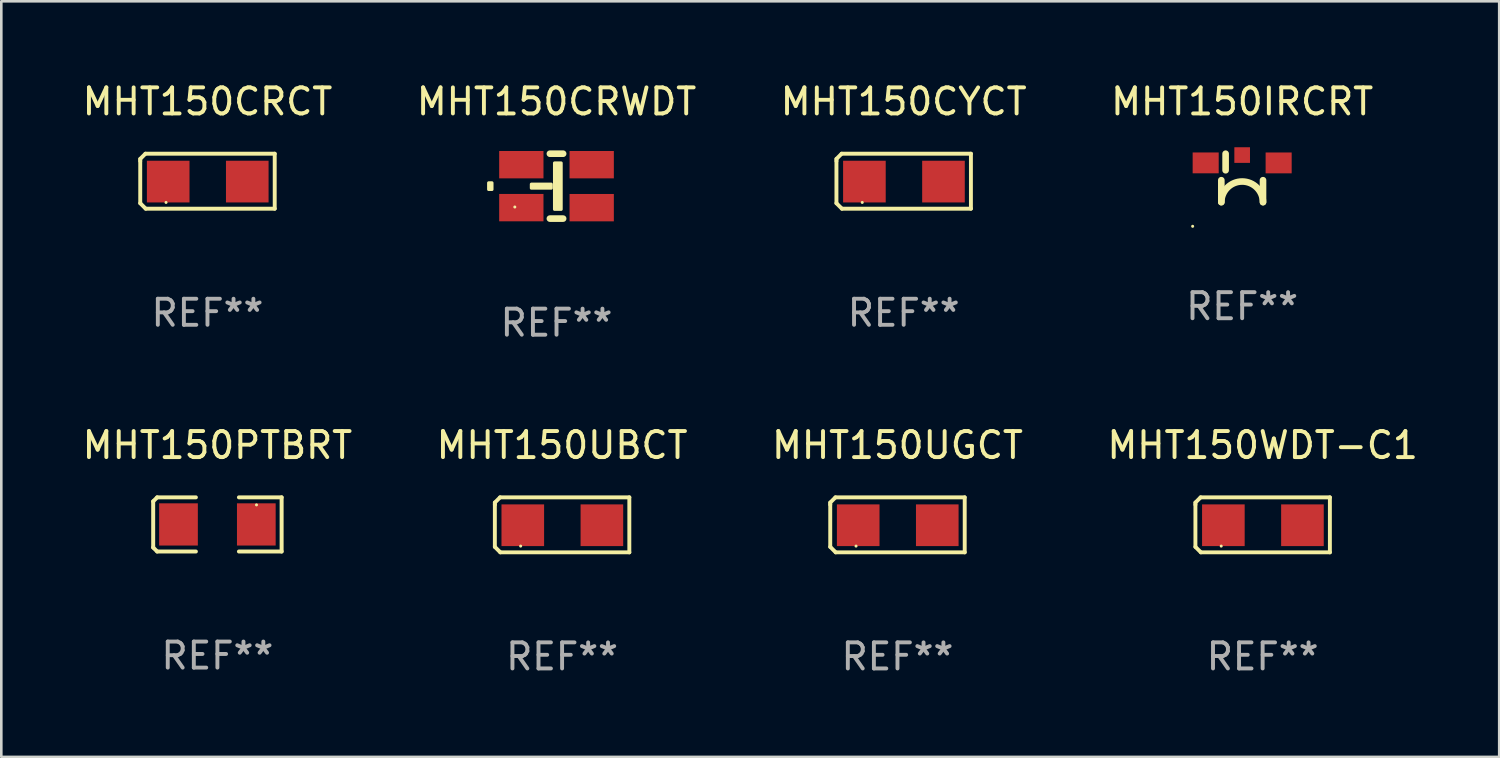
<source format=kicad_pcb>
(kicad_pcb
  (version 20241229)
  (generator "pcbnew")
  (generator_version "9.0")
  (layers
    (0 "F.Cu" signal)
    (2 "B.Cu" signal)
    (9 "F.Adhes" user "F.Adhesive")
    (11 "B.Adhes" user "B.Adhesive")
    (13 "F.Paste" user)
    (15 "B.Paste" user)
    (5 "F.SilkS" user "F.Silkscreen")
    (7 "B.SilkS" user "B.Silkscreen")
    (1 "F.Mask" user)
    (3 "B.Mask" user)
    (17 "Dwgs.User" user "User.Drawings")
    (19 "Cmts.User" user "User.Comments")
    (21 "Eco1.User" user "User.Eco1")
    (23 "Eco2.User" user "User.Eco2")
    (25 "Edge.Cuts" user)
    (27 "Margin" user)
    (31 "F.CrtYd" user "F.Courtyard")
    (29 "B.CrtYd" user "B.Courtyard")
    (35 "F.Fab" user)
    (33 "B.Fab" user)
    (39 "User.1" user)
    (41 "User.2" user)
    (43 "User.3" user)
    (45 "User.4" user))
  (footprint "MHT150WDT-C1"
    (layer "F.Cu")
    (at 45.399 17.089)
    (property "Reference" "MHT150WDT-C1" (at 0 -3.055 0) (layer "F.SilkS") (effects (font (size 1 1) (thickness 0.15))))
    (attr through_hole)
    (fp_line (start -2.58 -0.855) (end -2.38 -1.055) (stroke (width 0.15) (type solid)) (layer "F.SilkS"))
    (fp_line (start -2.58 -0.775) (end -2.58 -0.855) (stroke (width 0.15) (type solid)) (layer "F.SilkS"))
    (fp_line (start -2.58 -0.775) (end -2.58 0.845) (stroke (width 0.15) (type solid)) (layer "F.SilkS"))
    (fp_line (start -2.58 0.845) (end -2.37 1.055) (stroke (width 0.15) (type solid)) (layer "F.SilkS"))
    (fp_line (start -2.38 -1.055) (end 2.58 -1.055) (stroke (width 0.15) (type solid)) (layer "F.SilkS"))
    (fp_line (start 2.58 -1.055) (end 2.58 1.055) (stroke (width 0.15) (type solid)) (layer "F.SilkS"))
    (fp_line (start 2.58 1.055) (end -2.37 1.055) (stroke (width 0.15) (type solid)) (layer "F.SilkS"))
    (fp_circle (center -1.59 0.815) (end -1.56 0.815) (stroke (width 0.06) (type solid)) (fill no) (layer "F.SilkS"))
    (fp_text user "REF**" (at 0 5.055 0) (layer "F.Fab") (effects (font (size 1 1) (thickness 0.15))))
    (pad "1" smd rect (at -1.507 0.015) (size 1.635 1.6) (layers "F.Cu" "F.Mask" "F.Paste"))
    (pad "2" smd rect (at 1.527 0.015) (size 1.635 1.6) (layers "F.Cu" "F.Mask" "F.Paste")))
  (footprint "MHT150UGCT"
    (layer "F.Cu")
    (at 31.387 17.089)
    (property "Reference" "MHT150UGCT" (at 0 -3.055 0) (layer "F.SilkS") (effects (font (size 1 1) (thickness 0.15))))
    (attr through_hole)
    (fp_line (start -2.58 -0.855) (end -2.38 -1.055) (stroke (width 0.15) (type solid)) (layer "F.SilkS"))
    (fp_line (start -2.58 -0.775) (end -2.58 -0.855) (stroke (width 0.15) (type solid)) (layer "F.SilkS"))
    (fp_line (start -2.58 -0.775) (end -2.58 0.845) (stroke (width 0.15) (type solid)) (layer "F.SilkS"))
    (fp_line (start -2.58 0.845) (end -2.37 1.055) (stroke (width 0.15) (type solid)) (layer "F.SilkS"))
    (fp_line (start -2.38 -1.055) (end 2.58 -1.055) (stroke (width 0.15) (type solid)) (layer "F.SilkS"))
    (fp_line (start 2.58 -1.055) (end 2.58 1.055) (stroke (width 0.15) (type solid)) (layer "F.SilkS"))
    (fp_line (start 2.58 1.055) (end -2.37 1.055) (stroke (width 0.15) (type solid)) (layer "F.SilkS"))
    (fp_circle (center -1.59 0.815) (end -1.56 0.815) (stroke (width 0.06) (type solid)) (fill no) (layer "F.SilkS"))
    (fp_text user "REF**" (at 0 5.055 0) (layer "F.Fab") (effects (font (size 1 1) (thickness 0.15))))
    (pad "1" smd rect (at -1.507 0.015) (size 1.635 1.6) (layers "F.Cu" "F.Mask" "F.Paste"))
    (pad "2" smd rect (at 1.527 0.015) (size 1.635 1.6) (layers "F.Cu" "F.Mask" "F.Paste")))
  (footprint "MHT150UBCT"
    (layer "F.Cu")
    (at 18.518 17.089)
    (property "Reference" "MHT150UBCT" (at 0 -3.055 0) (layer "F.SilkS") (effects (font (size 1 1) (thickness 0.15))))
    (attr through_hole)
    (fp_line (start -2.58 -0.855) (end -2.38 -1.055) (stroke (width 0.15) (type solid)) (layer "F.SilkS"))
    (fp_line (start -2.58 -0.775) (end -2.58 -0.855) (stroke (width 0.15) (type solid)) (layer "F.SilkS"))
    (fp_line (start -2.58 -0.775) (end -2.58 0.845) (stroke (width 0.15) (type solid)) (layer "F.SilkS"))
    (fp_line (start -2.58 0.845) (end -2.37 1.055) (stroke (width 0.15) (type solid)) (layer "F.SilkS"))
    (fp_line (start -2.38 -1.055) (end 2.58 -1.055) (stroke (width 0.15) (type solid)) (layer "F.SilkS"))
    (fp_line (start 2.58 -1.055) (end 2.58 1.055) (stroke (width 0.15) (type solid)) (layer "F.SilkS"))
    (fp_line (start 2.58 1.055) (end -2.37 1.055) (stroke (width 0.15) (type solid)) (layer "F.SilkS"))
    (fp_circle (center -1.59 0.815) (end -1.56 0.815) (stroke (width 0.06) (type solid)) (fill no) (layer "F.SilkS"))
    (fp_text user "REF**" (at 0 5.055 0) (layer "F.Fab") (effects (font (size 1 1) (thickness 0.15))))
    (pad "1" smd rect (at -1.508 0.015) (size 1.635 1.6) (layers "F.Cu" "F.Mask" "F.Paste"))
    (pad "2" smd rect (at 1.527 0.015) (size 1.635 1.6) (layers "F.Cu" "F.Mask" "F.Paste")))
  (footprint "MHT150CRWDT"
    (layer "F.Cu")
    (at 18.304 4.093)
    (property "Reference" "MHT150CRWDT" (at 0 -3.245 0) (layer "F.SilkS") (effects (font (size 1 1) (thickness 0.15))))
    (attr through_hole)
    (fp_line (start -0.254 -1.245) (end 0.254 -1.245) (stroke (width 0.254) (type solid)) (layer "F.SilkS"))
    (fp_line (start -0.254 1.245) (end 0.254 1.245) (stroke (width 0.254) (type solid)) (layer "F.SilkS"))
    (fp_circle (center -1.6 0.8) (end -1.57 0.8) (stroke (width 0.06) (type solid)) (fill no) (layer "F.SilkS"))
    (fp_poly (pts (xy -2.604 -0.127) (xy -2.477 -0.127) (xy -2.477 0.127) (xy -2.604 0.127)) (stroke (width 0.12) (type solid)) (fill yes) (layer "F.SilkS"))
    (fp_poly (pts (xy -0.965 -0.076) (xy -0.203 -0.076) (xy -0.203 0.076) (xy -0.965 0.076)) (stroke (width 0.12) (type solid)) (fill yes) (layer "F.SilkS"))
    (fp_poly (pts (xy -0.076 -0.889) (xy 0.178 -0.889) (xy 0.178 0.889) (xy -0.076 0.889)) (stroke (width 0.12) (type solid)) (fill yes) (layer "F.SilkS"))
    (fp_text user "REF**" (at 0 5.245 0) (layer "F.Fab") (effects (font (size 1 1) (thickness 0.15))))
    (pad "1" smd rect (at -1.35 0.824) (size 1.7 1.05) (layers "F.Cu" "F.Mask" "F.Paste"))
    (pad "2" smd rect (at -1.35 -0.824) (size 1.7 1.05) (layers "F.Cu" "F.Mask" "F.Paste"))
    (pad "3" smd rect (at 1.35 -0.824) (size 1.7 1.05) (layers "F.Cu" "F.Mask" "F.Paste"))
    (pad "4" smd rect (at 1.35 0.825) (size 1.7 1.05) (layers "F.Cu" "F.Mask" "F.Paste")))
  (footprint "MHT150CRCT"
    (layer "F.Cu")
    (at 4.911 3.903)
    (property "Reference" "MHT150CRCT" (at 0 -3.055 0) (layer "F.SilkS") (effects (font (size 1 1) (thickness 0.15))))
    (attr through_hole)
    (fp_line (start -2.58 -0.855) (end -2.38 -1.055) (stroke (width 0.15) (type solid)) (layer "F.SilkS"))
    (fp_line (start -2.58 -0.775) (end -2.58 -0.855) (stroke (width 0.15) (type solid)) (layer "F.SilkS"))
    (fp_line (start -2.58 -0.775) (end -2.58 0.845) (stroke (width 0.15) (type solid)) (layer "F.SilkS"))
    (fp_line (start -2.58 0.845) (end -2.37 1.055) (stroke (width 0.15) (type solid)) (layer "F.SilkS"))
    (fp_line (start -2.38 -1.055) (end 2.58 -1.055) (stroke (width 0.15) (type solid)) (layer "F.SilkS"))
    (fp_line (start 2.58 -1.055) (end 2.58 1.055) (stroke (width 0.15) (type solid)) (layer "F.SilkS"))
    (fp_line (start 2.58 1.055) (end -2.37 1.055) (stroke (width 0.15) (type solid)) (layer "F.SilkS"))
    (fp_circle (center -1.59 0.815) (end -1.56 0.815) (stroke (width 0.06) (type solid)) (fill no) (layer "F.SilkS"))
    (fp_text user "REF**" (at 0 5.055 0) (layer "F.Fab") (effects (font (size 1 1) (thickness 0.15))))
    (pad "1" smd rect (at -1.507 0.015) (size 1.635 1.6) (layers "F.Cu" "F.Mask" "F.Paste"))
    (pad "2" smd rect (at 1.527 0.015) (size 1.635 1.6) (layers "F.Cu" "F.Mask" "F.Paste")))
  (footprint "MHT150PTBRT"
    (layer "F.Cu")
    (at 5.292 17.073)
    (property "Reference" "MHT150PTBRT" (at 0 -3.039 0) (layer "F.SilkS") (effects (font (size 1 1) (thickness 0.15))))
    (attr through_hole)
    (fp_line (start -2.464 -0.886) (end -2.311 -1.039) (stroke (width 0.152) (type solid)) (layer "F.SilkS"))
    (fp_line (start -2.464 0.886) (end -2.464 -0.886) (stroke (width 0.152) (type solid)) (layer "F.SilkS"))
    (fp_line (start -2.311 -1.039) (end -0.826 -1.039) (stroke (width 0.152) (type solid)) (layer "F.SilkS"))
    (fp_line (start -2.311 1.039) (end -2.464 0.886) (stroke (width 0.152) (type solid)) (layer "F.SilkS"))
    (fp_line (start -0.826 1.039) (end -2.311 1.039) (stroke (width 0.152) (type solid)) (layer "F.SilkS"))
    (fp_line (start 0.826 1.039) (end 2.464 1.039) (stroke (width 0.152) (type solid)) (layer "F.SilkS"))
    (fp_line (start 2.464 -1.039) (end 0.826 -1.039) (stroke (width 0.152) (type solid)) (layer "F.SilkS"))
    (fp_line (start 2.464 1.039) (end 2.464 -1.039) (stroke (width 0.152) (type solid)) (layer "F.SilkS"))
    (fp_circle (center 1.5 -0.75) (end 1.53 -0.75) (stroke (width 0.06) (type solid)) (fill no) (layer "F.SilkS"))
    (fp_text user "REF**" (at 0 5.039 0) (layer "F.Fab") (effects (font (size 1 1) (thickness 0.15))))
    (pad "1" smd rect (at 1.493 0) (size 1.485 1.62) (layers "F.Cu" "F.Mask" "F.Paste"))
    (pad "2" smd rect (at -1.493 0) (size 1.485 1.62) (layers "F.Cu" "F.Mask" "F.Paste")))
  (footprint "MHT150CYCT"
    (layer "F.Cu")
    (at 31.625 3.903)
    (property "Reference" "MHT150CYCT" (at 0 -3.055 0) (layer "F.SilkS") (effects (font (size 1 1) (thickness 0.15))))
    (attr through_hole)
    (fp_line (start -2.58 -0.855) (end -2.38 -1.055) (stroke (width 0.15) (type solid)) (layer "F.SilkS"))
    (fp_line (start -2.58 -0.775) (end -2.58 -0.855) (stroke (width 0.15) (type solid)) (layer "F.SilkS"))
    (fp_line (start -2.58 -0.775) (end -2.58 0.845) (stroke (width 0.15) (type solid)) (layer "F.SilkS"))
    (fp_line (start -2.58 0.845) (end -2.37 1.055) (stroke (width 0.15) (type solid)) (layer "F.SilkS"))
    (fp_line (start -2.38 -1.055) (end 2.58 -1.055) (stroke (width 0.15) (type solid)) (layer "F.SilkS"))
    (fp_line (start 2.58 -1.055) (end 2.58 1.055) (stroke (width 0.15) (type solid)) (layer "F.SilkS"))
    (fp_line (start 2.58 1.055) (end -2.37 1.055) (stroke (width 0.15) (type solid)) (layer "F.SilkS"))
    (fp_circle (center -1.59 0.815) (end -1.56 0.815) (stroke (width 0.06) (type solid)) (fill no) (layer "F.SilkS"))
    (fp_text user "REF**" (at 0 5.055 0) (layer "F.Fab") (effects (font (size 1 1) (thickness 0.15))))
    (pad "1" smd rect (at -1.507 0.015) (size 1.635 1.6) (layers "F.Cu" "F.Mask" "F.Paste"))
    (pad "2" smd rect (at 1.527 0.015) (size 1.635 1.6) (layers "F.Cu" "F.Mask" "F.Paste")))
  (footprint "MHT150IRCRT"
    (layer "F.Cu")
    (at 44.613 3.777)
    (property "Reference" "MHT150IRCRT" (at 0 -2.929 0) (layer "F.SilkS") (effects (font (size 1 1) (thickness 0.15))))
    (attr through_hole)
    (fp_line (start -0.8 0.087) (end -0.8 0.929) (stroke (width 0.254) (type solid)) (layer "F.SilkS"))
    (fp_line (start -0.635 -0.929) (end -0.635 -0.294) (stroke (width 0.254) (type solid)) (layer "F.SilkS"))
    (fp_line (start 0.8 0.087) (end 0.8 0.929) (stroke (width 0.254) (type solid)) (layer "F.SilkS"))
    (fp_arc (start -0.800102 0.929478) (mid -0.000483 0.129426) (end 0.8 0.928613) (stroke (width 0.254001) (type solid)) (layer "F.SilkS"))
    (fp_circle (center -1.9 1.856) (end -1.87 1.856) (stroke (width 0.06) (type solid)) (fill no) (layer "F.SilkS"))
    (fp_text user "REF**" (at 0 4.929 0) (layer "F.Fab") (effects (font (size 1 1) (thickness 0.15))))
    (pad "1" smd rect (at -1.4 -0.577) (size 1 0.8) (layers "F.Cu" "F.Mask" "F.Paste"))
    (pad "2" smd rect (at 1.4 -0.576) (size 1 0.8) (layers "F.Cu" "F.Mask" "F.Paste"))
    (pad "3" smd rect (at 0 -0.877 90) (size 0.6 0.6) (layers "F.Cu" "F.Mask" "F.Paste")))
  (gr_rect
    (start -3 -3)
    (end 54.476 25.992)
    (stroke (width 0.1) (type default))
    (fill no)
    (layer "Edge.Cuts")))
</source>
